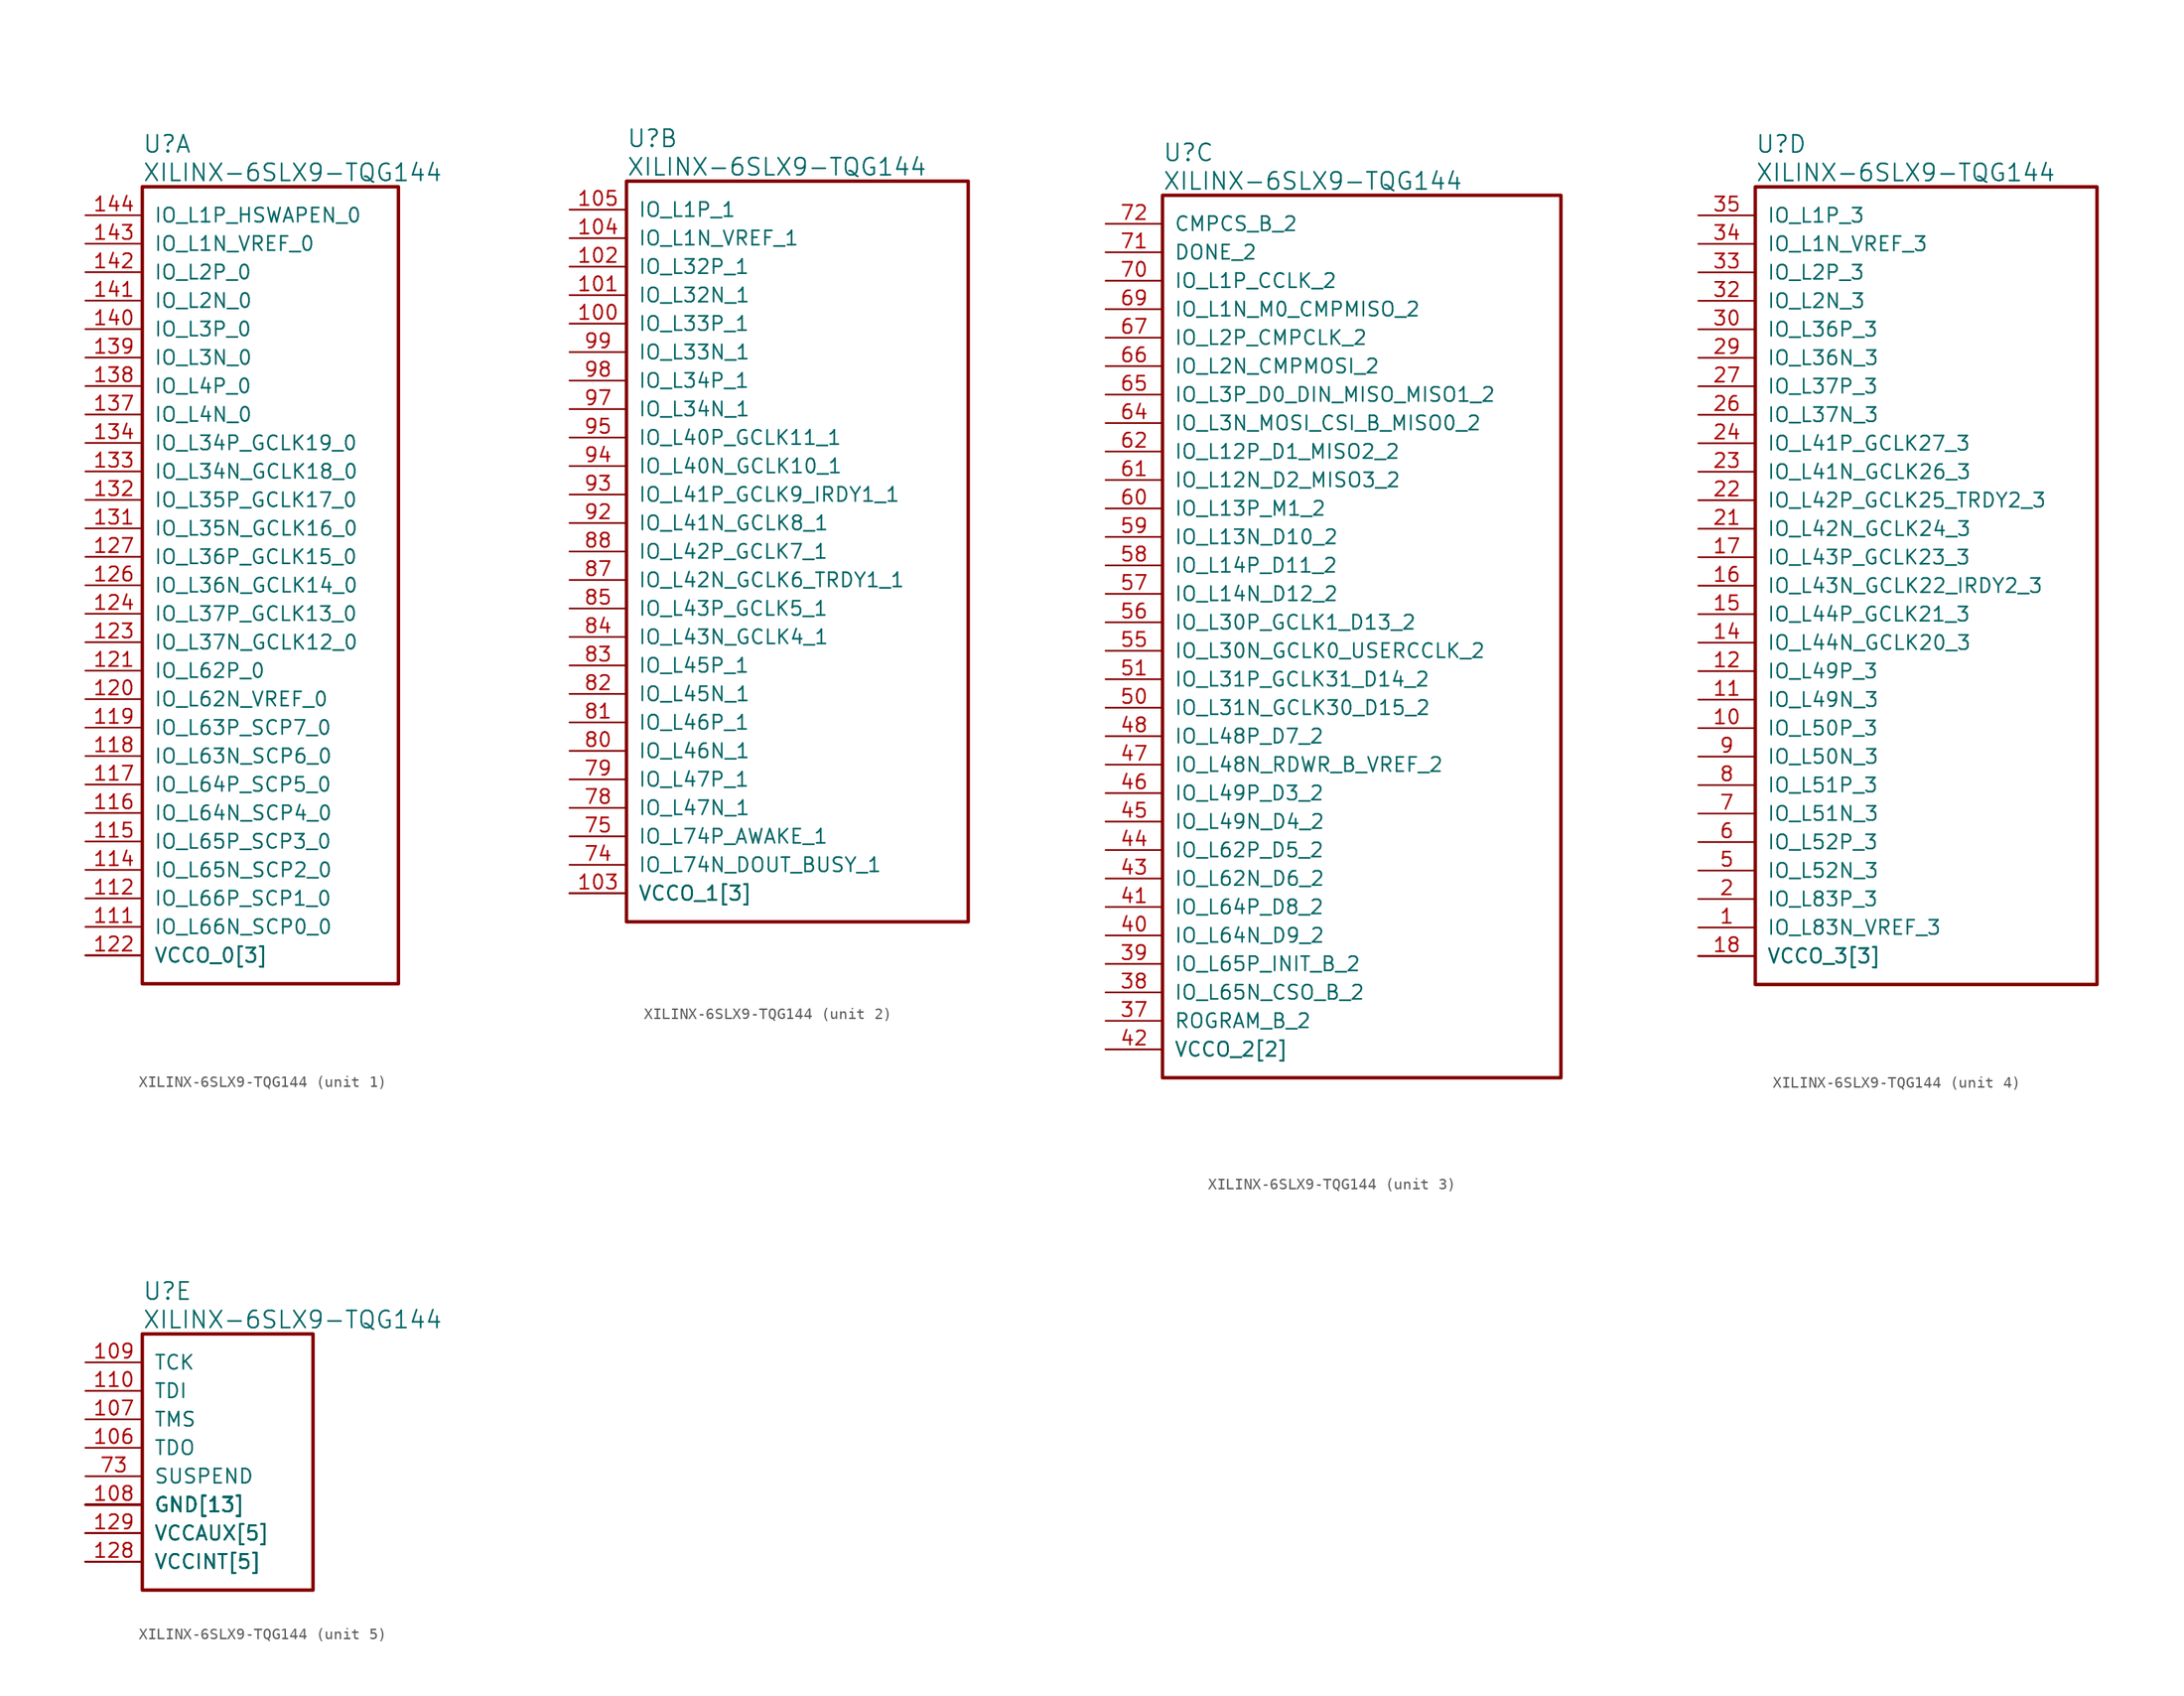
<source format=kicad_sym>
(kicad_symbol_lib
  (version 20231120)
  (generator "kicad_symbol_editor")
  (generator_version "8.0")
  (symbol "XILINX-6SLX9-TQG144"
    (pin_names
      (offset 1.016))
    (property "Reference" "U"
      (at 5.08 6.35 0)
      (effects (font (size 1.524 1.524)) (justify left)))
    (property "Value" "XILINX-6SLX9-TQG144"
      (at 5.08 3.81 0)
      (effects (font (size 1.524 1.524)) (justify left)))
    (property "Footprint" ""
      (at 0 0 0)
      (effects (font (size 1.27 1.27))))
    (property "Datasheet" ""
      (at 0 0 0)
      (effects (font (size 1.27 1.27))))
    (property "ki_locked" ""
      (at 0 0 0)
      (effects (font (size 1.27 1.27))))
    (symbol "XILINX-6SLX9-TQG144_1_1"
      (rectangle (start 5.08 2.54) (end 27.94 -68.58) (stroke (width 0.305) (type default)) (fill (type none)))
      (pin bidirectional line (at 0 -63.5 0) (length 5.08) (name "IO_L66N_SCP0_0" (effects (font (size 1.27 1.27)))) (number "111" (effects (font (size 1.27 1.27)))))
      (pin bidirectional line (at 0 -60.96 0) (length 5.08) (name "IO_L66P_SCP1_0" (effects (font (size 1.27 1.27)))) (number "112" (effects (font (size 1.27 1.27)))))
      (pin bidirectional line (at 0 -58.42 0) (length 5.08) (name "IO_L65N_SCP2_0" (effects (font (size 1.27 1.27)))) (number "114" (effects (font (size 1.27 1.27)))))
      (pin bidirectional line (at 0 -55.88 0) (length 5.08) (name "IO_L65P_SCP3_0" (effects (font (size 1.27 1.27)))) (number "115" (effects (font (size 1.27 1.27)))))
      (pin bidirectional line (at 0 -53.34 0) (length 5.08) (name "IO_L64N_SCP4_0" (effects (font (size 1.27 1.27)))) (number "116" (effects (font (size 1.27 1.27)))))
      (pin bidirectional line (at 0 -50.8 0) (length 5.08) (name "IO_L64P_SCP5_0" (effects (font (size 1.27 1.27)))) (number "117" (effects (font (size 1.27 1.27)))))
      (pin bidirectional line (at 0 -48.26 0) (length 5.08) (name "IO_L63N_SCP6_0" (effects (font (size 1.27 1.27)))) (number "118" (effects (font (size 1.27 1.27)))))
      (pin bidirectional line (at 0 -45.72 0) (length 5.08) (name "IO_L63P_SCP7_0" (effects (font (size 1.27 1.27)))) (number "119" (effects (font (size 1.27 1.27)))))
      (pin bidirectional line (at 0 -43.18 0) (length 5.08) (name "IO_L62N_VREF_0" (effects (font (size 1.27 1.27)))) (number "120" (effects (font (size 1.27 1.27)))))
      (pin bidirectional line (at 0 -40.64 0) (length 5.08) (name "IO_L62P_0" (effects (font (size 1.27 1.27)))) (number "121" (effects (font (size 1.27 1.27)))))
      (pin power_in line (at 0 -66.04 0) (length 5.08) (name "VCCO_0[3]" (effects (font (size 1.27 1.27)))) (number "122" (effects (font (size 1.27 1.27)))))
      (pin bidirectional line (at 0 -38.1 0) (length 5.08) (name "IO_L37N_GCLK12_0" (effects (font (size 1.27 1.27)))) (number "123" (effects (font (size 1.27 1.27)))))
      (pin bidirectional line (at 0 -35.56 0) (length 5.08) (name "IO_L37P_GCLK13_0" (effects (font (size 1.27 1.27)))) (number "124" (effects (font (size 1.27 1.27)))))
      (pin power_in line (at 0 -66.04 0) (length 5.08) (name "VCCO_0[3]" (effects (font (size 1.27 1.27)))) (number "125" (effects (font (size 0 0)))))
      (pin bidirectional line (at 0 -33.02 0) (length 5.08) (name "IO_L36N_GCLK14_0" (effects (font (size 1.27 1.27)))) (number "126" (effects (font (size 1.27 1.27)))))
      (pin bidirectional line (at 0 -30.48 0) (length 5.08) (name "IO_L36P_GCLK15_0" (effects (font (size 1.27 1.27)))) (number "127" (effects (font (size 1.27 1.27)))))
      (pin bidirectional line (at 0 -27.94 0) (length 5.08) (name "IO_L35N_GCLK16_0" (effects (font (size 1.27 1.27)))) (number "131" (effects (font (size 1.27 1.27)))))
      (pin bidirectional line (at 0 -25.4 0) (length 5.08) (name "IO_L35P_GCLK17_0" (effects (font (size 1.27 1.27)))) (number "132" (effects (font (size 1.27 1.27)))))
      (pin bidirectional line (at 0 -22.86 0) (length 5.08) (name "IO_L34N_GCLK18_0" (effects (font (size 1.27 1.27)))) (number "133" (effects (font (size 1.27 1.27)))))
      (pin bidirectional line (at 0 -20.32 0) (length 5.08) (name "IO_L34P_GCLK19_0" (effects (font (size 1.27 1.27)))) (number "134" (effects (font (size 1.27 1.27)))))
      (pin power_in line (at 0 -66.04 0) (length 5.08) (name "VCCO_0[3]" (effects (font (size 1.27 1.27)))) (number "135" (effects (font (size 0 0)))))
      (pin bidirectional line (at 0 -17.78 0) (length 5.08) (name "IO_L4N_0" (effects (font (size 1.27 1.27)))) (number "137" (effects (font (size 1.27 1.27)))))
      (pin bidirectional line (at 0 -15.24 0) (length 5.08) (name "IO_L4P_0" (effects (font (size 1.27 1.27)))) (number "138" (effects (font (size 1.27 1.27)))))
      (pin bidirectional line (at 0 -12.7 0) (length 5.08) (name "IO_L3N_0" (effects (font (size 1.27 1.27)))) (number "139" (effects (font (size 1.27 1.27)))))
      (pin bidirectional line (at 0 -10.16 0) (length 5.08) (name "IO_L3P_0" (effects (font (size 1.27 1.27)))) (number "140" (effects (font (size 1.27 1.27)))))
      (pin bidirectional line (at 0 -7.62 0) (length 5.08) (name "IO_L2N_0" (effects (font (size 1.27 1.27)))) (number "141" (effects (font (size 1.27 1.27)))))
      (pin bidirectional line (at 0 -5.08 0) (length 5.08) (name "IO_L2P_0" (effects (font (size 1.27 1.27)))) (number "142" (effects (font (size 1.27 1.27)))))
      (pin bidirectional line (at 0 -2.54 0) (length 5.08) (name "IO_L1N_VREF_0" (effects (font (size 1.27 1.27)))) (number "143" (effects (font (size 1.27 1.27)))))
      (pin bidirectional line (at 0 0 0) (length 5.08) (name "IO_L1P_HSWAPEN_0" (effects (font (size 1.27 1.27)))) (number "144" (effects (font (size 1.27 1.27))))))
    (symbol "XILINX-6SLX9-TQG144_2_1"
      (rectangle (start 5.08 2.54) (end 35.56 -63.5) (stroke (width 0.305) (type default)) (fill (type none)))
      (pin bidirectional line (at 0 -10.16 0) (length 5.08) (name "IO_L33P_1" (effects (font (size 1.27 1.27)))) (number "100" (effects (font (size 1.27 1.27)))))
      (pin bidirectional line (at 0 -7.62 0) (length 5.08) (name "IO_L32N_1" (effects (font (size 1.27 1.27)))) (number "101" (effects (font (size 1.27 1.27)))))
      (pin bidirectional line (at 0 -5.08 0) (length 5.08) (name "IO_L32P_1" (effects (font (size 1.27 1.27)))) (number "102" (effects (font (size 1.27 1.27)))))
      (pin power_in line (at 0 -60.96 0) (length 5.08) (name "VCCO_1[3]" (effects (font (size 1.27 1.27)))) (number "103" (effects (font (size 1.27 1.27)))))
      (pin bidirectional line (at 0 -2.54 0) (length 5.08) (name "IO_L1N_VREF_1" (effects (font (size 1.27 1.27)))) (number "104" (effects (font (size 1.27 1.27)))))
      (pin bidirectional line (at 0 0 0) (length 5.08) (name "IO_L1P_1" (effects (font (size 1.27 1.27)))) (number "105" (effects (font (size 1.27 1.27)))))
      (pin bidirectional line (at 0 -58.42 0) (length 5.08) (name "IO_L74N_DOUT_BUSY_1" (effects (font (size 1.27 1.27)))) (number "74" (effects (font (size 1.27 1.27)))))
      (pin bidirectional line (at 0 -55.88 0) (length 5.08) (name "IO_L74P_AWAKE_1" (effects (font (size 1.27 1.27)))) (number "75" (effects (font (size 1.27 1.27)))))
      (pin power_in line (at 0 -60.96 0) (length 5.08) (name "VCCO_1[3]" (effects (font (size 1.27 1.27)))) (number "76" (effects (font (size 0 0)))))
      (pin bidirectional line (at 0 -53.34 0) (length 5.08) (name "IO_L47N_1" (effects (font (size 1.27 1.27)))) (number "78" (effects (font (size 1.27 1.27)))))
      (pin bidirectional line (at 0 -50.8 0) (length 5.08) (name "IO_L47P_1" (effects (font (size 1.27 1.27)))) (number "79" (effects (font (size 1.27 1.27)))))
      (pin bidirectional line (at 0 -48.26 0) (length 5.08) (name "IO_L46N_1" (effects (font (size 1.27 1.27)))) (number "80" (effects (font (size 1.27 1.27)))))
      (pin bidirectional line (at 0 -45.72 0) (length 5.08) (name "IO_L46P_1" (effects (font (size 1.27 1.27)))) (number "81" (effects (font (size 1.27 1.27)))))
      (pin bidirectional line (at 0 -43.18 0) (length 5.08) (name "IO_L45N_1" (effects (font (size 1.27 1.27)))) (number "82" (effects (font (size 1.27 1.27)))))
      (pin bidirectional line (at 0 -40.64 0) (length 5.08) (name "IO_L45P_1" (effects (font (size 1.27 1.27)))) (number "83" (effects (font (size 1.27 1.27)))))
      (pin bidirectional line (at 0 -38.1 0) (length 5.08) (name "IO_L43N_GCLK4_1" (effects (font (size 1.27 1.27)))) (number "84" (effects (font (size 1.27 1.27)))))
      (pin bidirectional line (at 0 -35.56 0) (length 5.08) (name "IO_L43P_GCLK5_1" (effects (font (size 1.27 1.27)))) (number "85" (effects (font (size 1.27 1.27)))))
      (pin power_in line (at 0 -60.96 0) (length 5.08) (name "VCCO_1[3]" (effects (font (size 1.27 1.27)))) (number "86" (effects (font (size 0 0)))))
      (pin bidirectional line (at 0 -33.02 0) (length 5.08) (name "IO_L42N_GCLK6_TRDY1_1" (effects (font (size 1.27 1.27)))) (number "87" (effects (font (size 1.27 1.27)))))
      (pin bidirectional line (at 0 -30.48 0) (length 5.08) (name "IO_L42P_GCLK7_1" (effects (font (size 1.27 1.27)))) (number "88" (effects (font (size 1.27 1.27)))))
      (pin bidirectional line (at 0 -27.94 0) (length 5.08) (name "IO_L41N_GCLK8_1" (effects (font (size 1.27 1.27)))) (number "92" (effects (font (size 1.27 1.27)))))
      (pin bidirectional line (at 0 -25.4 0) (length 5.08) (name "IO_L41P_GCLK9_IRDY1_1" (effects (font (size 1.27 1.27)))) (number "93" (effects (font (size 1.27 1.27)))))
      (pin bidirectional line (at 0 -22.86 0) (length 5.08) (name "IO_L40N_GCLK10_1" (effects (font (size 1.27 1.27)))) (number "94" (effects (font (size 1.27 1.27)))))
      (pin bidirectional line (at 0 -20.32 0) (length 5.08) (name "IO_L40P_GCLK11_1" (effects (font (size 1.27 1.27)))) (number "95" (effects (font (size 1.27 1.27)))))
      (pin bidirectional line (at 0 -17.78 0) (length 5.08) (name "IO_L34N_1" (effects (font (size 1.27 1.27)))) (number "97" (effects (font (size 1.27 1.27)))))
      (pin bidirectional line (at 0 -15.24 0) (length 5.08) (name "IO_L34P_1" (effects (font (size 1.27 1.27)))) (number "98" (effects (font (size 1.27 1.27)))))
      (pin bidirectional line (at 0 -12.7 0) (length 5.08) (name "IO_L33N_1" (effects (font (size 1.27 1.27)))) (number "99" (effects (font (size 1.27 1.27))))))
    (symbol "XILINX-6SLX9-TQG144_3_1"
      (rectangle (start 5.08 2.54) (end 40.64 -76.2) (stroke (width 0.305) (type default)) (fill (type none)))
      (pin input line (at 0 -71.12 0) (length 5.08) (name "ROGRAM_B_2" (effects (font (size 1.27 1.27)))) (number "37" (effects (font (size 1.27 1.27)))))
      (pin bidirectional line (at 0 -68.58 0) (length 5.08) (name "IO_L65N_CSO_B_2" (effects (font (size 1.27 1.27)))) (number "38" (effects (font (size 1.27 1.27)))))
      (pin bidirectional line (at 0 -66.04 0) (length 5.08) (name "IO_L65P_INIT_B_2" (effects (font (size 1.27 1.27)))) (number "39" (effects (font (size 1.27 1.27)))))
      (pin bidirectional line (at 0 -63.5 0) (length 5.08) (name "IO_L64N_D9_2" (effects (font (size 1.27 1.27)))) (number "40" (effects (font (size 1.27 1.27)))))
      (pin bidirectional line (at 0 -60.96 0) (length 5.08) (name "IO_L64P_D8_2" (effects (font (size 1.27 1.27)))) (number "41" (effects (font (size 1.27 1.27)))))
      (pin power_in line (at 0 -73.66 0) (length 5.08) (name "VCCO_2[2]" (effects (font (size 1.27 1.27)))) (number "42" (effects (font (size 1.27 1.27)))))
      (pin bidirectional line (at 0 -58.42 0) (length 5.08) (name "IO_L62N_D6_2" (effects (font (size 1.27 1.27)))) (number "43" (effects (font (size 1.27 1.27)))))
      (pin bidirectional line (at 0 -55.88 0) (length 5.08) (name "IO_L62P_D5_2" (effects (font (size 1.27 1.27)))) (number "44" (effects (font (size 1.27 1.27)))))
      (pin bidirectional line (at 0 -53.34 0) (length 5.08) (name "IO_L49N_D4_2" (effects (font (size 1.27 1.27)))) (number "45" (effects (font (size 1.27 1.27)))))
      (pin bidirectional line (at 0 -50.8 0) (length 5.08) (name "IO_L49P_D3_2" (effects (font (size 1.27 1.27)))) (number "46" (effects (font (size 1.27 1.27)))))
      (pin bidirectional line (at 0 -48.26 0) (length 5.08) (name "IO_L48N_RDWR_B_VREF_2" (effects (font (size 1.27 1.27)))) (number "47" (effects (font (size 1.27 1.27)))))
      (pin bidirectional line (at 0 -45.72 0) (length 5.08) (name "IO_L48P_D7_2" (effects (font (size 1.27 1.27)))) (number "48" (effects (font (size 1.27 1.27)))))
      (pin bidirectional line (at 0 -43.18 0) (length 5.08) (name "IO_L31N_GCLK30_D15_2" (effects (font (size 1.27 1.27)))) (number "50" (effects (font (size 1.27 1.27)))))
      (pin bidirectional line (at 0 -40.64 0) (length 5.08) (name "IO_L31P_GCLK31_D14_2" (effects (font (size 1.27 1.27)))) (number "51" (effects (font (size 1.27 1.27)))))
      (pin bidirectional line (at 0 -38.1 0) (length 5.08) (name "IO_L30N_GCLK0_USERCCLK_2" (effects (font (size 1.27 1.27)))) (number "55" (effects (font (size 1.27 1.27)))))
      (pin bidirectional line (at 0 -35.56 0) (length 5.08) (name "IO_L30P_GCLK1_D13_2" (effects (font (size 1.27 1.27)))) (number "56" (effects (font (size 1.27 1.27)))))
      (pin bidirectional line (at 0 -33.02 0) (length 5.08) (name "IO_L14N_D12_2" (effects (font (size 1.27 1.27)))) (number "57" (effects (font (size 1.27 1.27)))))
      (pin bidirectional line (at 0 -30.48 0) (length 5.08) (name "IO_L14P_D11_2" (effects (font (size 1.27 1.27)))) (number "58" (effects (font (size 1.27 1.27)))))
      (pin bidirectional line (at 0 -27.94 0) (length 5.08) (name "IO_L13N_D10_2" (effects (font (size 1.27 1.27)))) (number "59" (effects (font (size 1.27 1.27)))))
      (pin bidirectional line (at 0 -25.4 0) (length 5.08) (name "IO_L13P_M1_2" (effects (font (size 1.27 1.27)))) (number "60" (effects (font (size 1.27 1.27)))))
      (pin bidirectional line (at 0 -22.86 0) (length 5.08) (name "IO_L12N_D2_MISO3_2" (effects (font (size 1.27 1.27)))) (number "61" (effects (font (size 1.27 1.27)))))
      (pin bidirectional line (at 0 -20.32 0) (length 5.08) (name "IO_L12P_D1_MISO2_2" (effects (font (size 1.27 1.27)))) (number "62" (effects (font (size 1.27 1.27)))))
      (pin power_in line (at 0 -73.66 0) (length 5.08) (name "VCCO_2[2]" (effects (font (size 1.27 1.27)))) (number "63" (effects (font (size 0 0)))))
      (pin bidirectional line (at 0 -17.78 0) (length 5.08) (name "IO_L3N_MOSI_CSI_B_MISO0_2" (effects (font (size 1.27 1.27)))) (number "64" (effects (font (size 1.27 1.27)))))
      (pin bidirectional line (at 0 -15.24 0) (length 5.08) (name "IO_L3P_D0_DIN_MISO_MISO1_2" (effects (font (size 1.27 1.27)))) (number "65" (effects (font (size 1.27 1.27)))))
      (pin bidirectional line (at 0 -12.7 0) (length 5.08) (name "IO_L2N_CMPMOSI_2" (effects (font (size 1.27 1.27)))) (number "66" (effects (font (size 1.27 1.27)))))
      (pin bidirectional line (at 0 -10.16 0) (length 5.08) (name "IO_L2P_CMPCLK_2" (effects (font (size 1.27 1.27)))) (number "67" (effects (font (size 1.27 1.27)))))
      (pin bidirectional line (at 0 -7.62 0) (length 5.08) (name "IO_L1N_M0_CMPMISO_2" (effects (font (size 1.27 1.27)))) (number "69" (effects (font (size 1.27 1.27)))))
      (pin bidirectional line (at 0 -5.08 0) (length 5.08) (name "IO_L1P_CCLK_2" (effects (font (size 1.27 1.27)))) (number "70" (effects (font (size 1.27 1.27)))))
      (pin output line (at 0 -2.54 0) (length 5.08) (name "DONE_2" (effects (font (size 1.27 1.27)))) (number "71" (effects (font (size 1.27 1.27)))))
      (pin input line (at 0 0 0) (length 5.08) (name "CMPCS_B_2" (effects (font (size 1.27 1.27)))) (number "72" (effects (font (size 1.27 1.27))))))
    (symbol "XILINX-6SLX9-TQG144_4_1"
      (rectangle (start 5.08 2.54) (end 35.56 -68.58) (stroke (width 0.305) (type default)) (fill (type none)))
      (pin bidirectional line (at 0 -63.5 0) (length 5.08) (name "IO_L83N_VREF_3" (effects (font (size 1.27 1.27)))) (number "1" (effects (font (size 1.27 1.27)))))
      (pin bidirectional line (at 0 -45.72 0) (length 5.08) (name "IO_L50P_3" (effects (font (size 1.27 1.27)))) (number "10" (effects (font (size 1.27 1.27)))))
      (pin bidirectional line (at 0 -43.18 0) (length 5.08) (name "IO_L49N_3" (effects (font (size 1.27 1.27)))) (number "11" (effects (font (size 1.27 1.27)))))
      (pin bidirectional line (at 0 -40.64 0) (length 5.08) (name "IO_L49P_3" (effects (font (size 1.27 1.27)))) (number "12" (effects (font (size 1.27 1.27)))))
      (pin bidirectional line (at 0 -38.1 0) (length 5.08) (name "IO_L44N_GCLK20_3" (effects (font (size 1.27 1.27)))) (number "14" (effects (font (size 1.27 1.27)))))
      (pin bidirectional line (at 0 -35.56 0) (length 5.08) (name "IO_L44P_GCLK21_3" (effects (font (size 1.27 1.27)))) (number "15" (effects (font (size 1.27 1.27)))))
      (pin bidirectional line (at 0 -33.02 0) (length 5.08) (name "IO_L43N_GCLK22_IRDY2_3" (effects (font (size 1.27 1.27)))) (number "16" (effects (font (size 1.27 1.27)))))
      (pin bidirectional line (at 0 -30.48 0) (length 5.08) (name "IO_L43P_GCLK23_3" (effects (font (size 1.27 1.27)))) (number "17" (effects (font (size 1.27 1.27)))))
      (pin power_in line (at 0 -66.04 0) (length 5.08) (name "VCCO_3[3]" (effects (font (size 1.27 1.27)))) (number "18" (effects (font (size 1.27 1.27)))))
      (pin bidirectional line (at 0 -60.96 0) (length 5.08) (name "IO_L83P_3" (effects (font (size 1.27 1.27)))) (number "2" (effects (font (size 1.27 1.27)))))
      (pin bidirectional line (at 0 -27.94 0) (length 5.08) (name "IO_L42N_GCLK24_3" (effects (font (size 1.27 1.27)))) (number "21" (effects (font (size 1.27 1.27)))))
      (pin bidirectional line (at 0 -25.4 0) (length 5.08) (name "IO_L42P_GCLK25_TRDY2_3" (effects (font (size 1.27 1.27)))) (number "22" (effects (font (size 1.27 1.27)))))
      (pin bidirectional line (at 0 -22.86 0) (length 5.08) (name "IO_L41N_GCLK26_3" (effects (font (size 1.27 1.27)))) (number "23" (effects (font (size 1.27 1.27)))))
      (pin bidirectional line (at 0 -20.32 0) (length 5.08) (name "IO_L41P_GCLK27_3" (effects (font (size 1.27 1.27)))) (number "24" (effects (font (size 1.27 1.27)))))
      (pin bidirectional line (at 0 -17.78 0) (length 5.08) (name "IO_L37N_3" (effects (font (size 1.27 1.27)))) (number "26" (effects (font (size 1.27 1.27)))))
      (pin bidirectional line (at 0 -15.24 0) (length 5.08) (name "IO_L37P_3" (effects (font (size 1.27 1.27)))) (number "27" (effects (font (size 1.27 1.27)))))
      (pin bidirectional line (at 0 -12.7 0) (length 5.08) (name "IO_L36N_3" (effects (font (size 1.27 1.27)))) (number "29" (effects (font (size 1.27 1.27)))))
      (pin bidirectional line (at 0 -10.16 0) (length 5.08) (name "IO_L36P_3" (effects (font (size 1.27 1.27)))) (number "30" (effects (font (size 1.27 1.27)))))
      (pin power_in line (at 0 -66.04 0) (length 5.08) (name "VCCO_3[3]" (effects (font (size 1.27 1.27)))) (number "31" (effects (font (size 0 0)))))
      (pin bidirectional line (at 0 -7.62 0) (length 5.08) (name "IO_L2N_3" (effects (font (size 1.27 1.27)))) (number "32" (effects (font (size 1.27 1.27)))))
      (pin bidirectional line (at 0 -5.08 0) (length 5.08) (name "IO_L2P_3" (effects (font (size 1.27 1.27)))) (number "33" (effects (font (size 1.27 1.27)))))
      (pin bidirectional line (at 0 -2.54 0) (length 5.08) (name "IO_L1N_VREF_3" (effects (font (size 1.27 1.27)))) (number "34" (effects (font (size 1.27 1.27)))))
      (pin bidirectional line (at 0 0 0) (length 5.08) (name "IO_L1P_3" (effects (font (size 1.27 1.27)))) (number "35" (effects (font (size 1.27 1.27)))))
      (pin power_in line (at 0 -66.04 0) (length 5.08) (name "VCCO_3[3]" (effects (font (size 1.27 1.27)))) (number "4" (effects (font (size 0 0)))))
      (pin bidirectional line (at 0 -58.42 0) (length 5.08) (name "IO_L52N_3" (effects (font (size 1.27 1.27)))) (number "5" (effects (font (size 1.27 1.27)))))
      (pin bidirectional line (at 0 -55.88 0) (length 5.08) (name "IO_L52P_3" (effects (font (size 1.27 1.27)))) (number "6" (effects (font (size 1.27 1.27)))))
      (pin bidirectional line (at 0 -53.34 0) (length 5.08) (name "IO_L51N_3" (effects (font (size 1.27 1.27)))) (number "7" (effects (font (size 1.27 1.27)))))
      (pin bidirectional line (at 0 -50.8 0) (length 5.08) (name "IO_L51P_3" (effects (font (size 1.27 1.27)))) (number "8" (effects (font (size 1.27 1.27)))))
      (pin bidirectional line (at 0 -48.26 0) (length 5.08) (name "IO_L50N_3" (effects (font (size 1.27 1.27)))) (number "9" (effects (font (size 1.27 1.27))))))
    (symbol "XILINX-6SLX9-TQG144_5_1"
      (rectangle (start 5.08 2.54) (end 20.32 -20.32) (stroke (width 0.305) (type default)) (fill (type none)))
      (pin output line (at 0 -7.62 0) (length 5.08) (name "TDO" (effects (font (size 1.27 1.27)))) (number "106" (effects (font (size 1.27 1.27)))))
      (pin input line (at 0 -5.08 0) (length 5.08) (name "TMS" (effects (font (size 1.27 1.27)))) (number "107" (effects (font (size 1.27 1.27)))))
      (pin power_in line (at 0 -12.7 0) (length 5.08) (name "GND[13]" (effects (font (size 1.27 1.27)))) (number "108" (effects (font (size 1.27 1.27)))))
      (pin input line (at 0 0 0) (length 5.08) (name "TCK" (effects (font (size 1.27 1.27)))) (number "109" (effects (font (size 1.27 1.27)))))
      (pin input line (at 0 -2.54 0) (length 5.08) (name "TDI" (effects (font (size 1.27 1.27)))) (number "110" (effects (font (size 1.27 1.27)))))
      (pin power_in line (at 0 -12.7 0) (length 5.08) (name "GND[13]" (effects (font (size 1.27 1.27)))) (number "113" (effects (font (size 0 0)))))
      (pin power_in line (at 0 -17.78 0) (length 5.08) (name "VCCINT[5]" (effects (font (size 1.27 1.27)))) (number "128" (effects (font (size 1.27 1.27)))))
      (pin power_in line (at 0 -15.24 0) (length 5.08) (name "VCCAUX[5]" (effects (font (size 1.27 1.27)))) (number "129" (effects (font (size 1.27 1.27)))))
      (pin power_in line (at 0 -12.7 0) (length 5.08) (name "GND[13]" (effects (font (size 1.27 1.27)))) (number "13" (effects (font (size 0 0)))))
      (pin power_in line (at 0 -12.7 0) (length 5.08) (name "GND[13]" (effects (font (size 1.27 1.27)))) (number "130" (effects (font (size 0 0)))))
      (pin power_in line (at 0 -12.7 0) (length 5.08) (name "GND[13]" (effects (font (size 1.27 1.27)))) (number "136" (effects (font (size 0 0)))))
      (pin power_in line (at 0 -17.78 0) (length 5.08) (name "VCCINT[5]" (effects (font (size 1.27 1.27)))) (number "19" (effects (font (size 0 0)))))
      (pin power_in line (at 0 -15.24 0) (length 5.08) (name "VCCAUX[5]" (effects (font (size 1.27 1.27)))) (number "20" (effects (font (size 0 0)))))
      (pin power_in line (at 0 -12.7 0) (length 5.08) (name "GND[13]" (effects (font (size 1.27 1.27)))) (number "25" (effects (font (size 0 0)))))
      (pin power_in line (at 0 -17.78 0) (length 5.08) (name "VCCINT[5]" (effects (font (size 1.27 1.27)))) (number "28" (effects (font (size 0 0)))))
      (pin power_in line (at 0 -12.7 0) (length 5.08) (name "GND[13]" (effects (font (size 1.27 1.27)))) (number "3" (effects (font (size 0 0)))))
      (pin power_in line (at 0 -15.24 0) (length 5.08) (name "VCCAUX[5]" (effects (font (size 1.27 1.27)))) (number "36" (effects (font (size 0 0)))))
      (pin power_in line (at 0 -12.7 0) (length 5.08) (name "GND[13]" (effects (font (size 1.27 1.27)))) (number "49" (effects (font (size 0 0)))))
      (pin power_in line (at 0 -17.78 0) (length 5.08) (name "VCCINT[5]" (effects (font (size 1.27 1.27)))) (number "52" (effects (font (size 0 0)))))
      (pin power_in line (at 0 -15.24 0) (length 5.08) (name "VCCAUX[5]" (effects (font (size 1.27 1.27)))) (number "53" (effects (font (size 0 0)))))
      (pin power_in line (at 0 -12.7 0) (length 5.08) (name "GND[13]" (effects (font (size 1.27 1.27)))) (number "54" (effects (font (size 0 0)))))
      (pin power_in line (at 0 -12.7 0) (length 5.08) (name "GND[13]" (effects (font (size 1.27 1.27)))) (number "68" (effects (font (size 0 0)))))
      (pin input line (at 0 -10.16 0) (length 5.08) (name "SUSPEND" (effects (font (size 1.27 1.27)))) (number "73" (effects (font (size 1.27 1.27)))))
      (pin power_in line (at 0 -12.7 0) (length 5.08) (name "GND[13]" (effects (font (size 1.27 1.27)))) (number "77" (effects (font (size 0 0)))))
      (pin power_in line (at 0 -17.78 0) (length 5.08) (name "VCCINT[5]" (effects (font (size 1.27 1.27)))) (number "89" (effects (font (size 0 0)))))
      (pin power_in line (at 0 -15.24 0) (length 5.08) (name "VCCAUX[5]" (effects (font (size 1.27 1.27)))) (number "90" (effects (font (size 0 0)))))
      (pin power_in line (at 0 -12.7 0) (length 5.08) (name "GND[13]" (effects (font (size 1.27 1.27)))) (number "91" (effects (font (size 0 0)))))
      (pin power_in line (at 0 -12.7 0) (length 5.08) (name "GND[13]" (effects (font (size 1.27 1.27)))) (number "96" (effects (font (size 0 0))))))))
</source>
